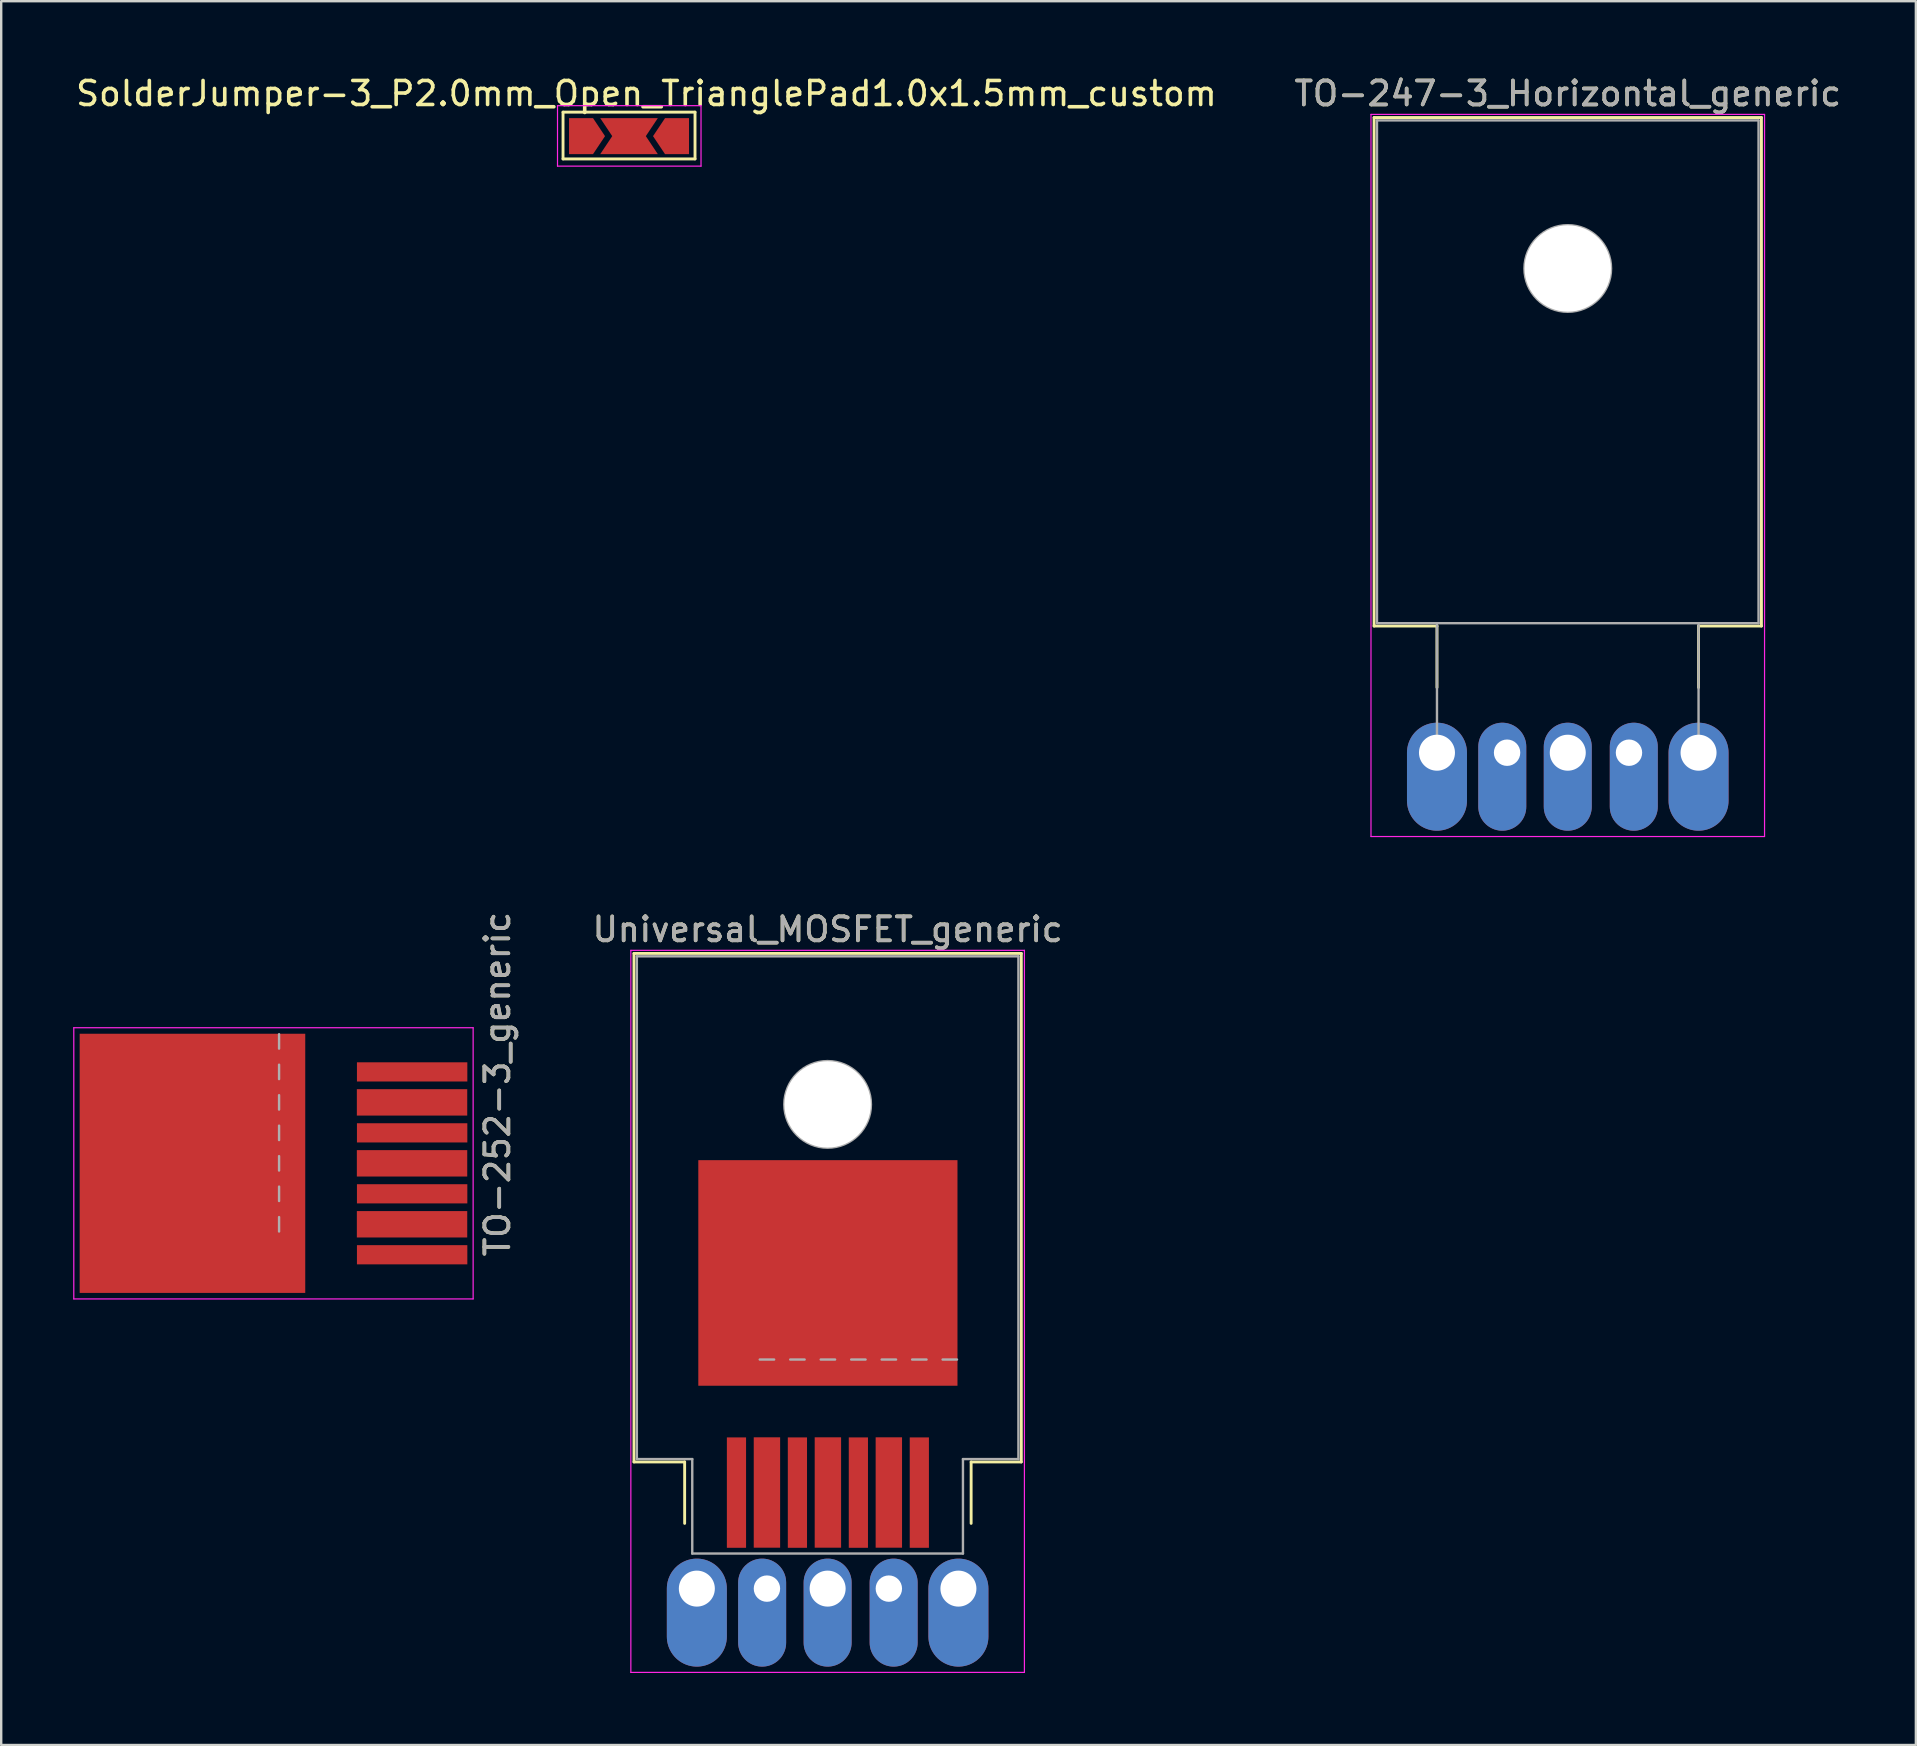
<source format=kicad_pcb>
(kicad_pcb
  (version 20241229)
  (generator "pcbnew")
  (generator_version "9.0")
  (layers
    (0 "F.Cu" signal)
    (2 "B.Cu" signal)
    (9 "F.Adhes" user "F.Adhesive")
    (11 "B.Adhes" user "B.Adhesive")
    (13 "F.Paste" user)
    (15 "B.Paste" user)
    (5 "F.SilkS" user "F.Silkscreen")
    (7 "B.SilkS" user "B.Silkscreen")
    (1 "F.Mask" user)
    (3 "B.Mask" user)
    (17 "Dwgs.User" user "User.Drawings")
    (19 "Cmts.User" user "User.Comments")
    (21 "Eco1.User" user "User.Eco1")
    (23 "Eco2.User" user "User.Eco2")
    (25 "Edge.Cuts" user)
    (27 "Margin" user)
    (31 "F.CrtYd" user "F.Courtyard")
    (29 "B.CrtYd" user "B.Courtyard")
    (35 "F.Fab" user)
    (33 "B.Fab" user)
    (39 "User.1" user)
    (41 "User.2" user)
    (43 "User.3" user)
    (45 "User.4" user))
  (footprint "TO-247-3_Horizontal_generic"
    (layer "F.Cu")
    (at 56.83 27.998)
    (property "Reference" "TO-247-3_Horizontal_generic" (at 5.45 -27.15 0) (layer "F.SilkS") (effects (font (size 1 1) (thickness 0.15))))
    (attr through_hole)
    (fp_line (start -2.62 -26.15) (end -2.62 -4.96) (stroke (width 0.12) (type solid)) (layer "F.SilkS"))
    (fp_line (start -2.62 -26.15) (end 13.52 -26.15) (stroke (width 0.12) (type solid)) (layer "F.SilkS"))
    (fp_line (start -2.62 -4.96) (end 0 -4.96) (stroke (width 0.12) (type solid)) (layer "F.SilkS"))
    (fp_line (start 0 -4.96) (end 0 -2.4) (stroke (width 0.12) (type solid)) (layer "F.SilkS"))
    (fp_line (start 10.9 -4.96) (end 10.9 -2.4) (stroke (width 0.12) (type solid)) (layer "F.SilkS"))
    (fp_line (start 13.52 -26.15) (end 13.52 -4.96) (stroke (width 0.12) (type solid)) (layer "F.SilkS"))
    (fp_line (start 13.52 -4.96) (end 10.9 -4.96) (stroke (width 0.12) (type solid)) (layer "F.SilkS"))
    (fp_line (start -2.75 -26.28) (end -2.75 3.81) (stroke (width 0.05) (type solid)) (layer "F.CrtYd"))
    (fp_line (start -2.75 3.81) (end 13.65 3.81) (stroke (width 0.05) (type solid)) (layer "F.CrtYd"))
    (fp_line (start 13.65 -26.28) (end -2.75 -26.28) (stroke (width 0.05) (type solid)) (layer "F.CrtYd"))
    (fp_line (start 13.65 3.81) (end 13.65 -26.28) (stroke (width 0.05) (type solid)) (layer "F.CrtYd"))
    (fp_line (start -2.5 -26.03) (end 13.4 -26.03) (stroke (width 0.1) (type solid)) (layer "F.Fab"))
    (fp_line (start -2.5 -5.08) (end -2.5 -26.03) (stroke (width 0.1) (type solid)) (layer "F.Fab"))
    (fp_line (start 0 -5.08) (end 0 0) (stroke (width 0.1) (type solid)) (layer "F.Fab"))
    (fp_line (start 10.9 -5.08) (end 10.9 0) (stroke (width 0.1) (type solid)) (layer "F.Fab"))
    (fp_line (start 13.4 -26.03) (end 13.4 -5.08) (stroke (width 0.1) (type solid)) (layer "F.Fab"))
    (fp_line (start 13.4 -5.08) (end -2.5 -5.08) (stroke (width 0.1) (type solid)) (layer "F.Fab"))
    (fp_circle (center 5.45 -19.86) (end 7.255 -19.86) (stroke (width 0.1) (type solid)) (fill no) (layer "F.Fab"))
    (fp_text user "${REFERENCE}" (at 5.45 -27.15 0) (layer "F.Fab") (effects (font (size 1 1) (thickness 0.15))))
    (pad "" thru_hole oval (at 2.921 0.318) (size 2 4.5) (drill 1.1 (offset -0.2 1)) (layers "*.Cu" "*.Mask"))
    (pad "" np_thru_hole oval (at 5.45 -19.86) (size 3.6 3.6) (drill 3.6) (layers "*.Cu" "*.Mask"))
    (pad "" thru_hole oval (at 8.001 0.318) (size 2 4.5) (drill 1.1 (offset 0.2 1)) (layers "*.Cu" "*.Mask"))
    (pad "1" thru_hole oval (at 0 0.318) (size 2.5 4.5) (drill 1.5 (offset 0 1)) (layers "*.Cu" "*.Mask"))
    (pad "2" thru_hole oval (at 5.45 0.318) (size 2 4.5) (drill 1.5 (offset 0 1)) (layers "*.Cu" "*.Mask"))
    (pad "3" thru_hole oval (at 10.9 0.318) (size 2.5 4.5) (drill 1.5 (offset 0 1)) (layers "*.Cu" "*.Mask")))
  (footprint "TO-252-3_generic"
    (layer "F.Cu")
    (at 13.616 45.427)
    (property "Reference" "TO-252-3_generic" (at 4.064 -3.302 270) (layer "F.SilkS") (effects (font (size 1 1) (thickness 0.15))))
    (attr smd)
    (fp_line (start -13.591 -5.65) (end -13.591 5.65) (stroke (width 0.05) (type solid)) (layer "F.CrtYd"))
    (fp_line (start -13.591 5.65) (end 3.05 5.65) (stroke (width 0.05) (type solid)) (layer "F.CrtYd"))
    (fp_line (start 3.05 -5.65) (end -13.591 -5.65) (stroke (width 0.05) (type solid)) (layer "F.CrtYd"))
    (fp_line (start 3.05 5.65) (end 3.05 -5.65) (stroke (width 0.05) (type solid)) (layer "F.CrtYd"))
    (fp_line (start -5.037 -5.38) (end -5.037 -4.78) (stroke (width 0.1) (type solid)) (layer "F.Fab"))
    (fp_line (start -5.037 -4.11) (end -5.037 -3.51) (stroke (width 0.1) (type solid)) (layer "F.Fab"))
    (fp_line (start -5.037 -2.84) (end -5.037 -2.24) (stroke (width 0.1) (type solid)) (layer "F.Fab"))
    (fp_line (start -5.037 -1.57) (end -5.037 -0.97) (stroke (width 0.1) (type solid)) (layer "F.Fab"))
    (fp_line (start -5.037 -0.3) (end -5.037 0.3) (stroke (width 0.1) (type solid)) (layer "F.Fab"))
    (fp_line (start -5.037 0.97) (end -5.037 1.57) (stroke (width 0.1) (type solid)) (layer "F.Fab"))
    (fp_line (start -5.037 2.24) (end -5.037 2.84) (stroke (width 0.1) (type solid)) (layer "F.Fab"))
    (fp_text user "${REFERENCE}" (at 4.064 -3.302 90) (layer "F.Fab") (effects (font (size 1 1) (thickness 0.15))))
    (pad "" smd rect (at -11.07 -2.775 180) (size 4.55 5.25) (layers "F.Paste"))
    (pad "" smd rect (at -11.07 2.775 180) (size 4.55 5.25) (layers "F.Paste"))
    (pad "" smd rect (at -6.221 -2.775 180) (size 4.55 5.25) (layers "F.Paste"))
    (pad "" smd rect (at -6.221 2.775 180) (size 4.55 5.25) (layers "F.Paste"))
    (pad "" smd rect (at 0.504 0 180) (size 4.6 1.1) (layers "F.Cu" "F.Mask" "F.Paste"))
    (pad "" smd rect (at 0.504 2.54 180) (size 4.6 1.1) (layers "F.Cu" "F.Mask" "F.Paste"))
    (pad "" smd rect (at 0.508 -3.81) (size 4.6 0.8) (layers "F.Cu" "F.Mask" "F.Paste"))
    (pad "" smd rect (at 0.508 -1.27) (size 4.6 0.8) (layers "F.Cu" "F.Mask" "F.Paste"))
    (pad "" smd rect (at 0.508 1.27) (size 4.6 0.8) (layers "F.Cu" "F.Mask" "F.Paste"))
    (pad "1" smd rect (at 0.508 3.81) (size 4.6 0.8) (layers "F.Cu" "F.Mask" "F.Paste"))
    (pad "2" smd rect (at -8.646 0 180) (size 9.4 10.8) (layers "F.Cu" "F.Mask"))
    (pad "3" smd rect (at 0.504 -2.54 180) (size 4.6 1.1) (layers "F.Cu" "F.Mask" "F.Paste")))
  (footprint "Universal_MOSFET_generic"
    (layer "F.Cu")
    (at 25.988 62.831)
    (property "Reference" "Universal_MOSFET_generic" (at 5.45 -27.15 0) (layer "F.SilkS") (effects (font (size 1 1) (thickness 0.15))))
    (attr through_hole)
    (fp_line (start -2.62 -26.15) (end -2.62 -4.96) (stroke (width 0.12) (type solid)) (layer "F.SilkS"))
    (fp_line (start -2.62 -26.15) (end 13.52 -26.15) (stroke (width 0.12) (type solid)) (layer "F.SilkS"))
    (fp_line (start -2.62 -4.96) (end -0.508 -4.96) (stroke (width 0.12) (type solid)) (layer "F.SilkS"))
    (fp_line (start -0.508 -4.96) (end -0.508 -2.4) (stroke (width 0.12) (type solid)) (layer "F.SilkS"))
    (fp_line (start 11.43 -4.96) (end 11.43 -2.4) (stroke (width 0.12) (type solid)) (layer "F.SilkS"))
    (fp_line (start 13.52 -26.15) (end 13.52 -4.96) (stroke (width 0.12) (type solid)) (layer "F.SilkS"))
    (fp_line (start 13.52 -4.96) (end 11.43 -4.96) (stroke (width 0.12) (type solid)) (layer "F.SilkS"))
    (fp_line (start -2.75 -26.28) (end -2.75 3.81) (stroke (width 0.05) (type solid)) (layer "F.CrtYd"))
    (fp_line (start -2.75 3.81) (end 13.65 3.81) (stroke (width 0.05) (type solid)) (layer "F.CrtYd"))
    (fp_line (start 13.65 -26.28) (end -2.75 -26.28) (stroke (width 0.05) (type solid)) (layer "F.CrtYd"))
    (fp_line (start 13.65 3.81) (end 13.65 -26.28) (stroke (width 0.05) (type solid)) (layer "F.CrtYd"))
    (fp_line (start -2.5 -26.03) (end 13.4 -26.03) (stroke (width 0.1) (type solid)) (layer "F.Fab"))
    (fp_line (start -2.5 -5.08) (end -2.5 -26.03) (stroke (width 0.1) (type solid)) (layer "F.Fab"))
    (fp_line (start -0.191 -5.08) (end -2.5 -5.08) (stroke (width 0.1) (type solid)) (layer "F.Fab"))
    (fp_line (start -0.191 -5.08) (end -0.191 -1.143) (stroke (width 0.1) (type solid)) (layer "F.Fab"))
    (fp_line (start 3.221 -9.228) (end 2.621 -9.228) (stroke (width 0.1) (type solid)) (layer "F.Fab"))
    (fp_line (start 4.491 -9.228) (end 3.891 -9.228) (stroke (width 0.1) (type solid)) (layer "F.Fab"))
    (fp_line (start 5.761 -9.228) (end 5.161 -9.228) (stroke (width 0.1) (type solid)) (layer "F.Fab"))
    (fp_line (start 7.031 -9.228) (end 6.431 -9.228) (stroke (width 0.1) (type solid)) (layer "F.Fab"))
    (fp_line (start 8.301 -9.228) (end 7.701 -9.228) (stroke (width 0.1) (type solid)) (layer "F.Fab"))
    (fp_line (start 9.571 -9.228) (end 8.971 -9.228) (stroke (width 0.1) (type solid)) (layer "F.Fab"))
    (fp_line (start 10.841 -9.228) (end 10.241 -9.228) (stroke (width 0.1) (type solid)) (layer "F.Fab"))
    (fp_line (start 11.089 -5.08) (end 11.089 -1.143) (stroke (width 0.1) (type solid)) (layer "F.Fab"))
    (fp_line (start 11.089 -1.143) (end -0.191 -1.143) (stroke (width 0.1) (type solid)) (layer "F.Fab"))
    (fp_line (start 13.399 -5.08) (end 11.089 -5.08) (stroke (width 0.1) (type solid)) (layer "F.Fab"))
    (fp_line (start 13.4 -26.03) (end 13.4 -5.08) (stroke (width 0.1) (type solid)) (layer "F.Fab"))
    (fp_circle (center 5.45 -19.86) (end 7.255 -19.86) (stroke (width 0.1) (type solid)) (fill no) (layer "F.Fab"))
    (fp_text user "${REFERENCE}" (at 5.45 -27.15 0) (layer "F.Fab") (effects (font (size 1 1) (thickness 0.15))))
    (pad "" smd rect (at 2.686 -15.261 90) (size 4.55 5.25) (layers "F.Paste"))
    (pad "" smd rect (at 2.686 -10.412 90) (size 4.55 5.25) (layers "F.Paste"))
    (pad "" smd rect (at 2.921 -3.687 90) (size 4.6 1.1) (layers "F.Cu" "F.Mask" "F.Paste"))
    (pad "" thru_hole oval (at 2.921 0.318) (size 2 4.5) (drill 1.1 (offset -0.2 1)) (layers "*.Cu" "*.Mask"))
    (pad "" smd rect (at 4.191 -3.683 270) (size 4.6 0.8) (layers "F.Cu" "F.Mask" "F.Paste"))
    (pad "" np_thru_hole oval (at 5.45 -19.86) (size 3.6 3.6) (drill 3.6) (layers "*.Cu" "*.Mask"))
    (pad "" smd rect (at 5.461 -3.687 90) (size 4.6 1.1) (layers "F.Cu" "F.Mask" "F.Paste"))
    (pad "" thru_hole oval (at 8.001 0.318) (size 2 4.5) (drill 1.1 (offset 0.2 1)) (layers "*.Cu" "*.Mask"))
    (pad "" smd rect (at 8.236 -15.261 90) (size 4.55 5.25) (layers "F.Paste"))
    (pad "" smd rect (at 8.236 -10.412 90) (size 4.55 5.25) (layers "F.Paste"))
    (pad "1" thru_hole oval (at 0 0.318) (size 2.5 4.5) (drill 1.5 (offset 0 1)) (layers "*.Cu" "*.Mask"))
    (pad "1" smd rect (at 1.651 -3.683 270) (size 4.6 0.8) (layers "F.Cu" "F.Mask" "F.Paste"))
    (pad "2" thru_hole oval (at 5.45 0.318) (size 2 4.5) (drill 1.5 (offset 0 1)) (layers "*.Cu" "*.Mask"))
    (pad "2" smd rect (at 5.461 -12.836 90) (size 9.4 10.8) (layers "F.Cu" "F.Mask"))
    (pad "3" smd rect (at 6.731 -3.683 270) (size 4.6 0.8) (layers "F.Cu" "F.Mask" "F.Paste"))
    (pad "3" smd rect (at 8.001 -3.687 90) (size 4.6 1.1) (layers "F.Cu" "F.Mask" "F.Paste"))
    (pad "3" smd rect (at 9.271 -3.683 270) (size 4.6 0.8) (layers "F.Cu" "F.Mask" "F.Paste"))
    (pad "3" thru_hole oval (at 10.9 0.318) (size 2.5 4.5) (drill 1.5 (offset 0 1)) (layers "*.Cu" "*.Mask")))
  (footprint "SolderJumper-3_P2.0mm_Open_TrianglePad1.0x1.5mm_custom"
    (layer "F.Cu")
    (at 23.162 2.623)
    (property "Reference" "SolderJumper-3_P2.0mm_Open_TrianglePad1.0x1.5mm_custom" (at 0.725 -1.775 0) (layer "F.SilkS") (effects (font (size 1 1) (thickness 0.15))))
    (attr exclude_from_pos_files exclude_from_bom)
    (fp_line (start -2.75 -1) (end 2.75 -1) (stroke (width 0.12) (type solid)) (layer "F.SilkS"))
    (fp_line (start -2.75 0.95) (end -2.75 -1) (stroke (width 0.12) (type solid)) (layer "F.SilkS"))
    (fp_line (start 2.75 -1) (end 2.75 0.95) (stroke (width 0.12) (type solid)) (layer "F.SilkS"))
    (fp_line (start 2.75 0.95) (end -2.75 0.95) (stroke (width 0.12) (type solid)) (layer "F.SilkS"))
    (fp_line (start -2.98 -1.27) (end -2.98 1.25) (stroke (width 0.05) (type solid)) (layer "F.CrtYd"))
    (fp_line (start -2.98 -1.27) (end 3 -1.27) (stroke (width 0.05) (type solid)) (layer "F.CrtYd"))
    (fp_line (start 3 1.25) (end -2.98 1.25) (stroke (width 0.05) (type solid)) (layer "F.CrtYd"))
    (fp_line (start 3 1.25) (end 3 -1.27) (stroke (width 0.05) (type solid)) (layer "F.CrtYd"))
    (pad "" smd rect (at 0 0) (size 5 1.5) (layers "F.Mask"))
    (pad "1" smd custom (at -2 0) (size 0.3 0.3) (layers "F.Cu" "F.Mask") (options (anchor rect)) (primitives (gr_poly (pts (xy -0.5 -0.75) (xy 0.5 -0.75) (xy 1 0) (xy 0.5 0.75) (xy -0.5 0.75)) (width 0) (fill yes))))
    (pad "2" smd custom (at 0 0) (size 0.3 0.3) (layers "F.Cu") (options (anchor rect)) (primitives (gr_poly (pts (xy -1.2 -0.75) (xy 1.2 -0.75) (xy 0.7 0) (xy 1.2 0.75) (xy -1.2 0.75) (xy -0.7 0)) (width 0) (fill yes))))
    (pad "3" smd custom (at 2 0 180) (size 0.3 0.3) (layers "F.Cu" "F.Mask") (options (anchor rect)) (primitives (gr_poly (pts (xy -0.5 -0.75) (xy 0.5 -0.75) (xy 1 0) (xy 0.5 0.75) (xy -0.5 0.75)) (width 0) (fill yes)))))
  (gr_rect
    (start -3 -3)
    (end 76.786 69.666)
    (stroke (width 0.1) (type default))
    (fill no)
    (layer "Edge.Cuts")))
</source>
